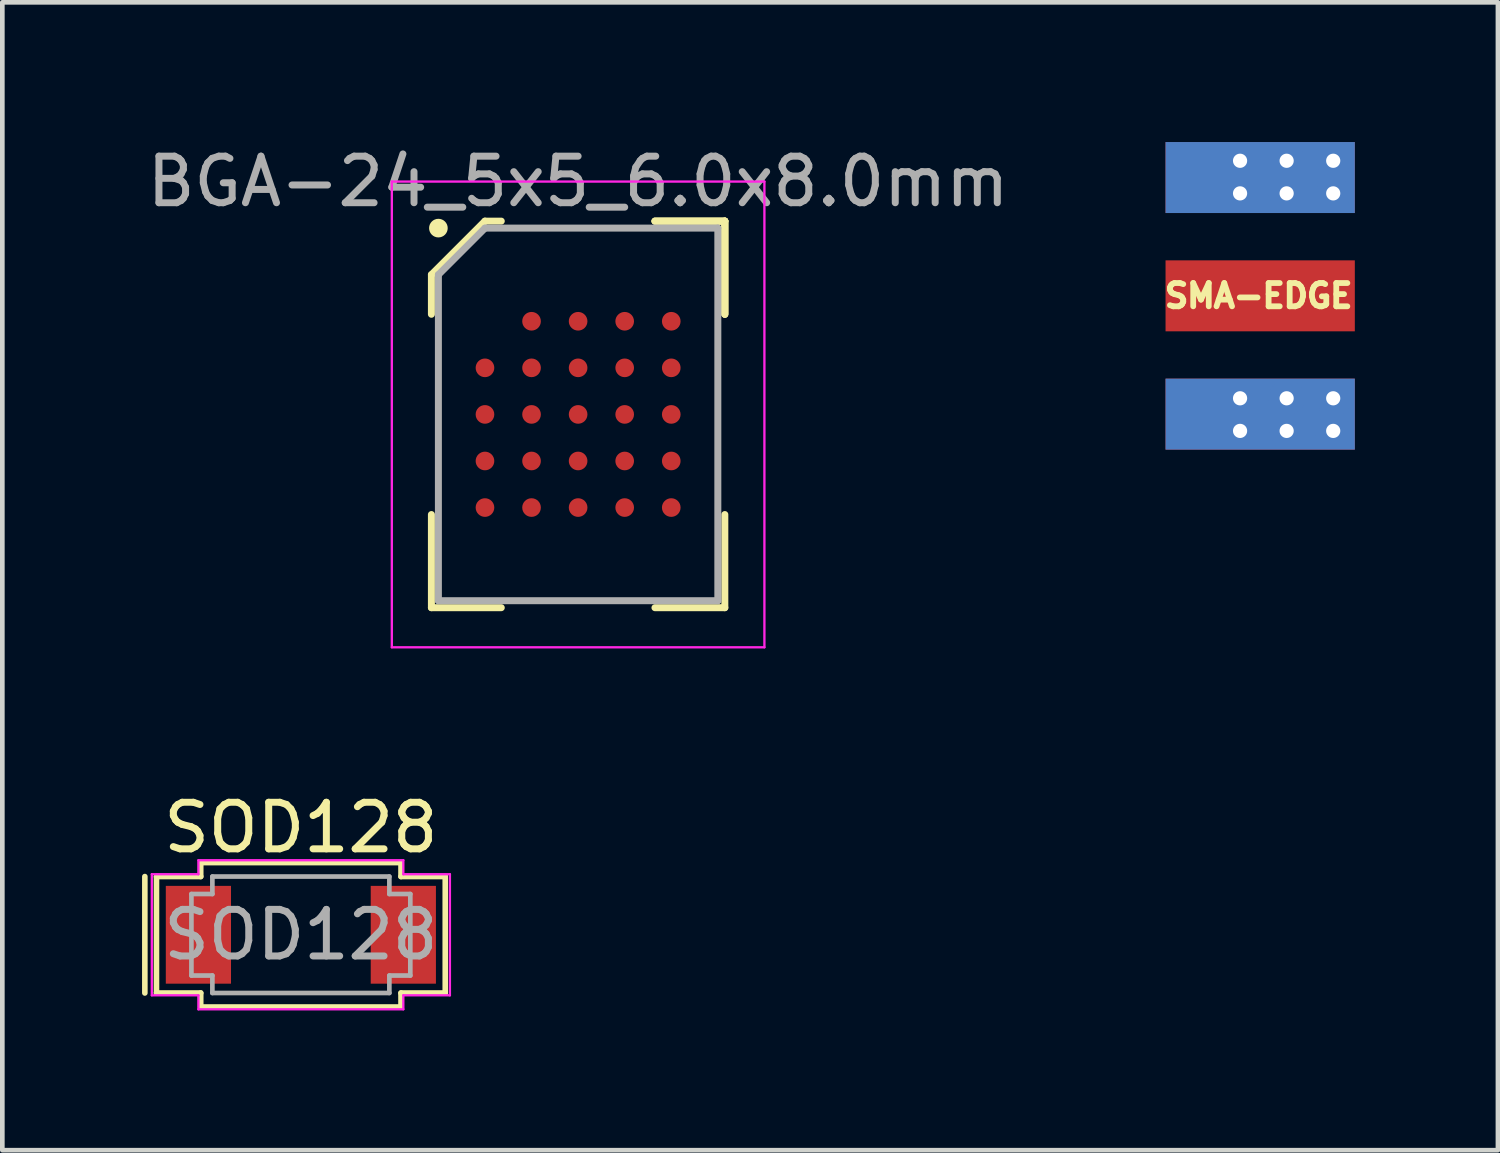
<source format=kicad_pcb>
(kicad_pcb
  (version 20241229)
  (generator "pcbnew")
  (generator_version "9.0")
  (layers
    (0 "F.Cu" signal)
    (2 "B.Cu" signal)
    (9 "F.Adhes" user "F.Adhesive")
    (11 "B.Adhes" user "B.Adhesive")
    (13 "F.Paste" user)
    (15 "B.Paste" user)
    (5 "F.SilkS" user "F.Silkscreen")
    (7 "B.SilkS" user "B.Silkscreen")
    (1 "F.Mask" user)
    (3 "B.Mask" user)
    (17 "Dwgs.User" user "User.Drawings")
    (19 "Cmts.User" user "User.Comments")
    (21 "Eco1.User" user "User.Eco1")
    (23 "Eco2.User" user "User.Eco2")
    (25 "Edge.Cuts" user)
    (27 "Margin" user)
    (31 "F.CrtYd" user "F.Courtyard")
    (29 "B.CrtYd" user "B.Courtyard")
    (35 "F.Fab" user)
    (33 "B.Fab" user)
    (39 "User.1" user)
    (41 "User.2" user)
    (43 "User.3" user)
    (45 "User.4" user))
  (footprint "BGA-24_5x5_6.0x8.0mm"
    (layer "F.Cu")
    (at 9.363 5.848)
    (property "Reference" "BGA-24_5x5_6.0x8.0mm" (at 0 -5 0) (layer "F.Fab") (effects (font (size 1 1) (thickness 0.15))))
    (attr smd)
    (fp_line (start -3.15 -3) (end -3.15 -2.15) (stroke (width 0.15) (type solid)) (layer "F.SilkS"))
    (fp_line (start -3.15 4.15) (end -3.15 2.15) (stroke (width 0.15) (type solid)) (layer "F.SilkS"))
    (fp_line (start -2 -4.15) (end -3.15 -3) (stroke (width 0.15) (type solid)) (layer "F.SilkS"))
    (fp_line (start -1.65 -4.15) (end -2 -4.15) (stroke (width 0.15) (type solid)) (layer "F.SilkS"))
    (fp_line (start -1.65 4.15) (end -3.15 4.15) (stroke (width 0.15) (type solid)) (layer "F.SilkS"))
    (fp_line (start 1.65 -4.15) (end 3.15 -4.15) (stroke (width 0.15) (type solid)) (layer "F.SilkS"))
    (fp_line (start 1.65 -4.15) (end 3.15 -4.15) (stroke (width 0.15) (type solid)) (layer "F.SilkS"))
    (fp_line (start 1.65 -4.15) (end 3.15 -4.15) (stroke (width 0.15) (type solid)) (layer "F.SilkS"))
    (fp_line (start 1.65 4.15) (end 3.15 4.15) (stroke (width 0.15) (type solid)) (layer "F.SilkS"))
    (fp_line (start 3.15 -4.15) (end 3.15 -2.15) (stroke (width 0.15) (type solid)) (layer "F.SilkS"))
    (fp_line (start 3.15 -4.15) (end 3.15 -2.15) (stroke (width 0.15) (type solid)) (layer "F.SilkS"))
    (fp_line (start 3.15 -4.15) (end 3.15 -2.15) (stroke (width 0.15) (type solid)) (layer "F.SilkS"))
    (fp_line (start 3.15 4.15) (end 3.15 2.15) (stroke (width 0.15) (type solid)) (layer "F.SilkS"))
    (fp_circle (center -3 -4) (end -3 -3.9) (stroke (width 0.2) (type solid)) (fill no) (layer "F.SilkS"))
    (fp_line (start -4 -5) (end 4 -5) (stroke (width 0.05) (type solid)) (layer "F.CrtYd"))
    (fp_line (start -4 5) (end -4 -5) (stroke (width 0.05) (type solid)) (layer "F.CrtYd"))
    (fp_line (start 4 -5) (end 4 5) (stroke (width 0.05) (type solid)) (layer "F.CrtYd"))
    (fp_line (start 4 5) (end -4 5) (stroke (width 0.05) (type solid)) (layer "F.CrtYd"))
    (fp_line (start -3 -3) (end -3 4) (stroke (width 0.15) (type solid)) (layer "F.Fab"))
    (fp_line (start -3 4) (end 3 4) (stroke (width 0.15) (type solid)) (layer "F.Fab"))
    (fp_line (start -2 -4) (end -3 -3) (stroke (width 0.15) (type solid)) (layer "F.Fab"))
    (fp_line (start 3 -4) (end -2 -4) (stroke (width 0.15) (type solid)) (layer "F.Fab"))
    (fp_line (start 3 4) (end 3 -4) (stroke (width 0.15) (type solid)) (layer "F.Fab"))
    (pad "A2" smd circle (at -1 -2) (size 0.4 0.4) (layers "F.Cu" "F.Mask" "F.Paste"))
    (pad "A3" smd circle (at 0 -2) (size 0.4 0.4) (layers "F.Cu" "F.Mask" "F.Paste"))
    (pad "A4" smd circle (at 1 -2) (size 0.4 0.4) (layers "F.Cu" "F.Mask" "F.Paste"))
    (pad "A5" smd circle (at 2 -2) (size 0.4 0.4) (layers "F.Cu" "F.Mask" "F.Paste"))
    (pad "B1" smd circle (at -2 -1) (size 0.4 0.4) (layers "F.Cu" "F.Mask" "F.Paste"))
    (pad "B2" smd circle (at -1 -1) (size 0.4 0.4) (layers "F.Cu" "F.Mask" "F.Paste"))
    (pad "B3" smd circle (at 0 -1) (size 0.4 0.4) (layers "F.Cu" "F.Mask" "F.Paste"))
    (pad "B4" smd circle (at 1 -1) (size 0.4 0.4) (layers "F.Cu" "F.Mask" "F.Paste"))
    (pad "B5" smd circle (at 2 -1) (size 0.4 0.4) (layers "F.Cu" "F.Mask" "F.Paste"))
    (pad "C1" smd circle (at -2 0) (size 0.4 0.4) (layers "F.Cu" "F.Mask" "F.Paste"))
    (pad "C2" smd circle (at -1 0) (size 0.4 0.4) (layers "F.Cu" "F.Mask" "F.Paste"))
    (pad "C3" smd circle (at 0 0) (size 0.4 0.4) (layers "F.Cu" "F.Mask" "F.Paste"))
    (pad "C4" smd circle (at 1 0) (size 0.4 0.4) (layers "F.Cu" "F.Mask" "F.Paste"))
    (pad "C5" smd circle (at 2 0) (size 0.4 0.4) (layers "F.Cu" "F.Mask" "F.Paste"))
    (pad "D1" smd circle (at -2 1) (size 0.4 0.4) (layers "F.Cu" "F.Mask" "F.Paste"))
    (pad "D2" smd circle (at -1 1) (size 0.4 0.4) (layers "F.Cu" "F.Mask" "F.Paste"))
    (pad "D3" smd circle (at 0 1) (size 0.4 0.4) (layers "F.Cu" "F.Mask" "F.Paste"))
    (pad "D4" smd circle (at 1 1) (size 0.4 0.4) (layers "F.Cu" "F.Mask" "F.Paste"))
    (pad "D5" smd circle (at 2 1) (size 0.4 0.4) (layers "F.Cu" "F.Mask" "F.Paste"))
    (pad "E1" smd circle (at -2 2) (size 0.4 0.4) (layers "F.Cu" "F.Mask" "F.Paste"))
    (pad "E2" smd circle (at -1 2) (size 0.4 0.4) (layers "F.Cu" "F.Mask" "F.Paste"))
    (pad "E3" smd circle (at 0 2) (size 0.4 0.4) (layers "F.Cu" "F.Mask" "F.Paste"))
    (pad "E4" smd circle (at 1 2) (size 0.4 0.4) (layers "F.Cu" "F.Mask" "F.Paste"))
    (pad "E5" smd circle (at 2 2) (size 0.4 0.4) (layers "F.Cu" "F.Mask" "F.Paste")))
  (footprint "SMA-EDGE"
    (layer "F.Cu")
    (at 21.976 3.302)
    (property "Reference" "SMA-EDGE" (at 1.999 0 0) (layer "F.SilkS") (effects (font (size 0.5 0.5) (thickness 0.124))))
    (attr through_hole)
    (pad "1" smd rect (at 2.032 0) (size 4.064 1.524) (layers "F.Cu" "F.Mask"))
    (pad "2" thru_hole circle (at 1.6 -2.9) (size 0.762 0.762) (drill 0.305) (layers "*.Cu" "*.Mask"))
    (pad "2" thru_hole circle (at 1.6 -2.2) (size 0.762 0.762) (drill 0.305) (layers "*.Cu" "*.Mask"))
    (pad "2" thru_hole circle (at 1.6 2.2) (size 0.762 0.762) (drill 0.305) (layers "*.Cu" "*.Mask"))
    (pad "2" thru_hole circle (at 1.6 2.9) (size 0.762 0.762) (drill 0.305) (layers "*.Cu" "*.Mask"))
    (pad "2" smd rect (at 2.032 -2.54) (size 4.064 1.524) (layers "F.Cu" "F.Mask"))
    (pad "2" smd rect (at 2.032 -2.54) (size 4.064 1.524) (layers "B.Cu" "B.Mask"))
    (pad "2" smd rect (at 2.032 2.54) (size 4.064 1.524) (layers "F.Cu" "F.Mask"))
    (pad "2" smd rect (at 2.032 2.54) (size 4.064 1.524) (layers "B.Cu" "B.Mask"))
    (pad "2" thru_hole circle (at 2.6 -2.9) (size 0.762 0.762) (drill 0.305) (layers "*.Cu" "*.Mask"))
    (pad "2" thru_hole circle (at 2.6 -2.2) (size 0.762 0.762) (drill 0.305) (layers "*.Cu" "*.Mask"))
    (pad "2" thru_hole circle (at 2.6 2.2) (size 0.762 0.762) (drill 0.305) (layers "*.Cu" "*.Mask"))
    (pad "2" thru_hole circle (at 2.6 2.9) (size 0.762 0.762) (drill 0.305) (layers "*.Cu" "*.Mask"))
    (pad "2" thru_hole circle (at 3.6 -2.9) (size 0.762 0.762) (drill 0.305) (layers "*.Cu" "*.Mask"))
    (pad "2" thru_hole circle (at 3.6 -2.2) (size 0.762 0.762) (drill 0.305) (layers "*.Cu" "*.Mask"))
    (pad "2" thru_hole circle (at 3.6 2.2) (size 0.762 0.762) (drill 0.305) (layers "*.Cu" "*.Mask"))
    (pad "2" thru_hole circle (at 3.6 2.9) (size 0.762 0.762) (drill 0.305) (layers "*.Cu" "*.Mask")))
  (footprint "SOD128"
    (placed yes)
    (layer "F.Cu")
    (at 3.41 17.021)
    (property "Reference" "SOD128" (at 0 -2.3 0) (layer "F.SilkS") (effects (font (size 1 1) (thickness 0.15))))
    (attr smd)
    (fp_line (start -3.35 -1.25) (end -3.35 1.25) (stroke (width 0.12) (type solid)) (layer "F.SilkS"))
    (fp_line (start -3.1 -1.25) (end -3.1 1.25) (stroke (width 0.12) (type solid)) (layer "F.SilkS"))
    (fp_line (start -3.1 1.25) (end -2.15 1.25) (stroke (width 0.12) (type solid)) (layer "F.SilkS"))
    (fp_line (start -2.15 -1.55) (end -2.15 -1.25) (stroke (width 0.12) (type solid)) (layer "F.SilkS"))
    (fp_line (start -2.15 -1.25) (end -3.1 -1.25) (stroke (width 0.12) (type solid)) (layer "F.SilkS"))
    (fp_line (start -2.15 1.25) (end -2.15 1.55) (stroke (width 0.12) (type solid)) (layer "F.SilkS"))
    (fp_line (start -2.15 1.55) (end 2.15 1.55) (stroke (width 0.12) (type solid)) (layer "F.SilkS"))
    (fp_line (start 2.15 -1.55) (end -2.15 -1.55) (stroke (width 0.12) (type solid)) (layer "F.SilkS"))
    (fp_line (start 2.15 -1.25) (end 2.15 -1.55) (stroke (width 0.12) (type solid)) (layer "F.SilkS"))
    (fp_line (start 2.15 1.25) (end 3.1 1.25) (stroke (width 0.12) (type solid)) (layer "F.SilkS"))
    (fp_line (start 2.15 1.55) (end 2.15 1.25) (stroke (width 0.12) (type solid)) (layer "F.SilkS"))
    (fp_line (start 3.1 -1.25) (end 2.15 -1.25) (stroke (width 0.12) (type solid)) (layer "F.SilkS"))
    (fp_line (start 3.1 1.25) (end 3.1 -1.25) (stroke (width 0.12) (type solid)) (layer "F.SilkS"))
    (fp_line (start -3.2 -1.3) (end -3.2 1.3) (stroke (width 0.05) (type solid)) (layer "F.CrtYd"))
    (fp_line (start -3.2 1.3) (end -2.2 1.3) (stroke (width 0.05) (type solid)) (layer "F.CrtYd"))
    (fp_line (start -2.2 -1.6) (end -2.2 -1.3) (stroke (width 0.05) (type solid)) (layer "F.CrtYd"))
    (fp_line (start -2.2 -1.3) (end -3.2 -1.3) (stroke (width 0.05) (type solid)) (layer "F.CrtYd"))
    (fp_line (start -2.2 1.3) (end -2.2 1.6) (stroke (width 0.05) (type solid)) (layer "F.CrtYd"))
    (fp_line (start -2.2 1.6) (end 2.2 1.6) (stroke (width 0.05) (type solid)) (layer "F.CrtYd"))
    (fp_line (start 2.2 -1.6) (end -2.2 -1.6) (stroke (width 0.05) (type solid)) (layer "F.CrtYd"))
    (fp_line (start 2.2 -1.3) (end 2.2 -1.6) (stroke (width 0.05) (type solid)) (layer "F.CrtYd"))
    (fp_line (start 2.2 1.3) (end 3.2 1.3) (stroke (width 0.05) (type solid)) (layer "F.CrtYd"))
    (fp_line (start 2.2 1.6) (end 2.2 1.3) (stroke (width 0.05) (type solid)) (layer "F.CrtYd"))
    (fp_line (start 3.2 -1.3) (end 2.2 -1.3) (stroke (width 0.05) (type solid)) (layer "F.CrtYd"))
    (fp_line (start 3.2 1.3) (end 3.2 -1.3) (stroke (width 0.05) (type solid)) (layer "F.CrtYd"))
    (fp_line (start -2.35 -0.875) (end -2.35 0.875) (stroke (width 0.1) (type solid)) (layer "F.Fab"))
    (fp_line (start -2.35 -0.875) (end -1.9 -0.875) (stroke (width 0.1) (type solid)) (layer "F.Fab"))
    (fp_line (start -2.35 0.875) (end -1.9 0.875) (stroke (width 0.1) (type solid)) (layer "F.Fab"))
    (fp_line (start -1.9 -1.25) (end 1.9 -1.25) (stroke (width 0.1) (type solid)) (layer "F.Fab"))
    (fp_line (start -1.9 -0.875) (end -1.9 -1.25) (stroke (width 0.1) (type solid)) (layer "F.Fab"))
    (fp_line (start -1.9 0.875) (end -1.9 1.25) (stroke (width 0.1) (type solid)) (layer "F.Fab"))
    (fp_line (start -1.9 1.25) (end 1.9 1.25) (stroke (width 0.1) (type solid)) (layer "F.Fab"))
    (fp_line (start 1.9 -0.875) (end 1.9 -1.25) (stroke (width 0.1) (type solid)) (layer "F.Fab"))
    (fp_line (start 1.9 0.875) (end 1.9 1.25) (stroke (width 0.1) (type solid)) (layer "F.Fab"))
    (fp_line (start 2.35 -0.875) (end 1.9 -0.875) (stroke (width 0.1) (type solid)) (layer "F.Fab"))
    (fp_line (start 2.35 -0.875) (end 2.35 0.875) (stroke (width 0.1) (type solid)) (layer "F.Fab"))
    (fp_line (start 2.35 0.875) (end 1.9 0.875) (stroke (width 0.1) (type solid)) (layer "F.Fab"))
    (fp_text user "${REFERENCE}" (at 0 0 0) (layer "F.Fab") (effects (font (size 1 1) (thickness 0.15))))
    (pad "1" smd rect (at -2.2 0 180) (size 1.4 2.1) (layers "F.Cu" "F.Mask" "F.Paste"))
    (pad "2" smd rect (at 2.2 0 180) (size 1.4 2.1) (layers "F.Cu" "F.Mask" "F.Paste")))
  (gr_rect
    (start -3 -3)
    (end 29.113 21.646)
    (stroke (width 0.1) (type default))
    (fill no)
    (layer "Edge.Cuts")))
</source>
